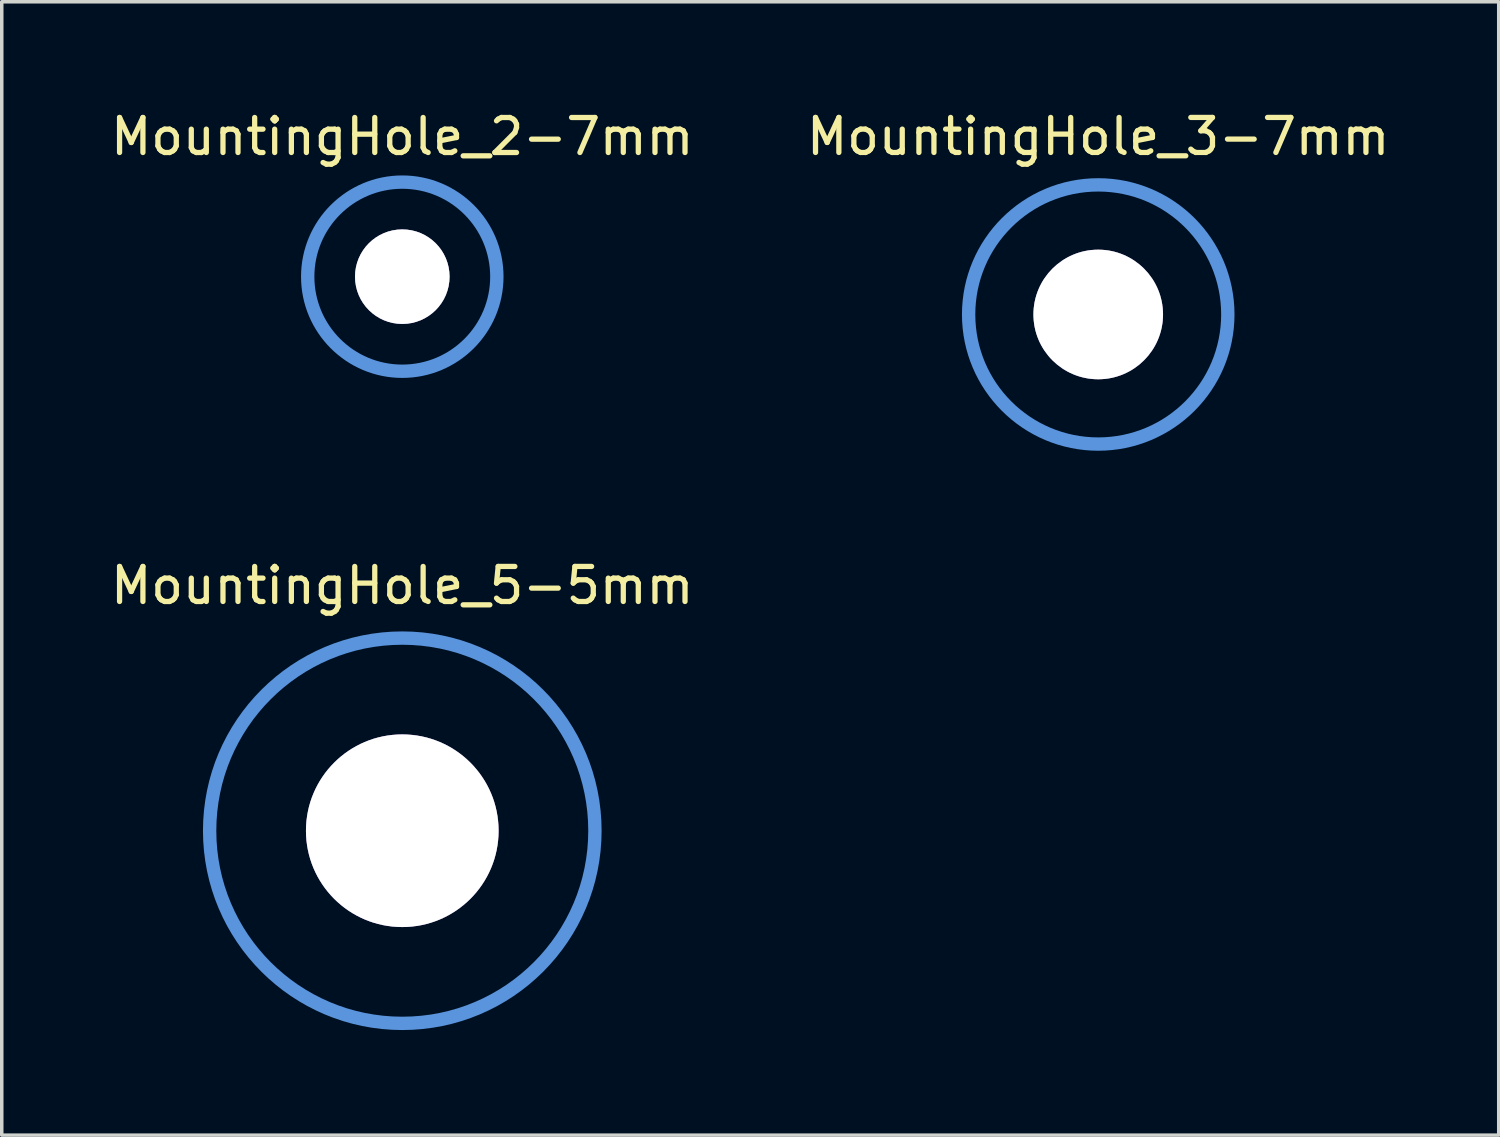
<source format=kicad_pcb>
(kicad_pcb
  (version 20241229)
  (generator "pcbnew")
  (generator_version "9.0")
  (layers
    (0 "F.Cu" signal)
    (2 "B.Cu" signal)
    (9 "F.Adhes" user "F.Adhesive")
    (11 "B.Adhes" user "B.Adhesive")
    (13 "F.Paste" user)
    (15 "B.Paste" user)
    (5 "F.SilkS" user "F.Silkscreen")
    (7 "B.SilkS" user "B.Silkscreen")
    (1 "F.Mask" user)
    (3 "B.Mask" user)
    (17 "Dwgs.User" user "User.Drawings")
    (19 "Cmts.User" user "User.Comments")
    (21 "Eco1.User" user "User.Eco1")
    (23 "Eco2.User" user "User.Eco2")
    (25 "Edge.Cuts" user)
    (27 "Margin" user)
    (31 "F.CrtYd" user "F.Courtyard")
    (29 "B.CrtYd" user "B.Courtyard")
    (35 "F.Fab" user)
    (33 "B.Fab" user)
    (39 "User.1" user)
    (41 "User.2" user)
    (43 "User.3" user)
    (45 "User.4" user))
  (footprint "MountingHole_2-7mm"
    (layer "F.Cu")
    (at 8.435 4.849)
    (property "Reference" "MountingHole_2-7mm" (at 0 -4 0) (layer "F.SilkS") (effects (font (size 1 1) (thickness 0.15))))
    (attr through_hole)
    (fp_circle (center 0 0) (end 2.7 0) (stroke (width 0.381) (type solid)) (fill no) (layer "Cmts.User"))
    (pad "" thru_hole circle (at 0 0) (size 2.7 2.7) (drill 2.7) (layers)))
  (footprint "MountingHole_5-5mm"
    (layer "F.Cu")
    (at 8.435 20.667)
    (property "Reference" "MountingHole_5-5mm" (at 0 -7 0) (layer "F.SilkS") (effects (font (size 1 1) (thickness 0.15))))
    (attr through_hole)
    (fp_circle (center 0 0) (end 5.5 0) (stroke (width 0.381) (type solid)) (fill no) (layer "Cmts.User"))
    (pad "" thru_hole circle (at 0 0) (size 5.5 5.5) (drill 5.5) (layers)))
  (footprint "MountingHole_3-7mm"
    (layer "F.Cu")
    (at 28.304 5.928)
    (property "Reference" "MountingHole_3-7mm" (at 0 -5.08 0) (layer "F.SilkS") (effects (font (size 1 1) (thickness 0.15))))
    (attr through_hole)
    (fp_circle (center 0 0) (end 3.7 0) (stroke (width 0.381) (type solid)) (fill no) (layer "Cmts.User"))
    (pad "" thru_hole circle (at 0 0) (size 3.7 3.7) (drill 3.7) (layers)))
  (gr_rect
    (start -3 -3)
    (end 39.738 29.358)
    (stroke (width 0.1) (type default))
    (fill no)
    (layer "Edge.Cuts")))
</source>
